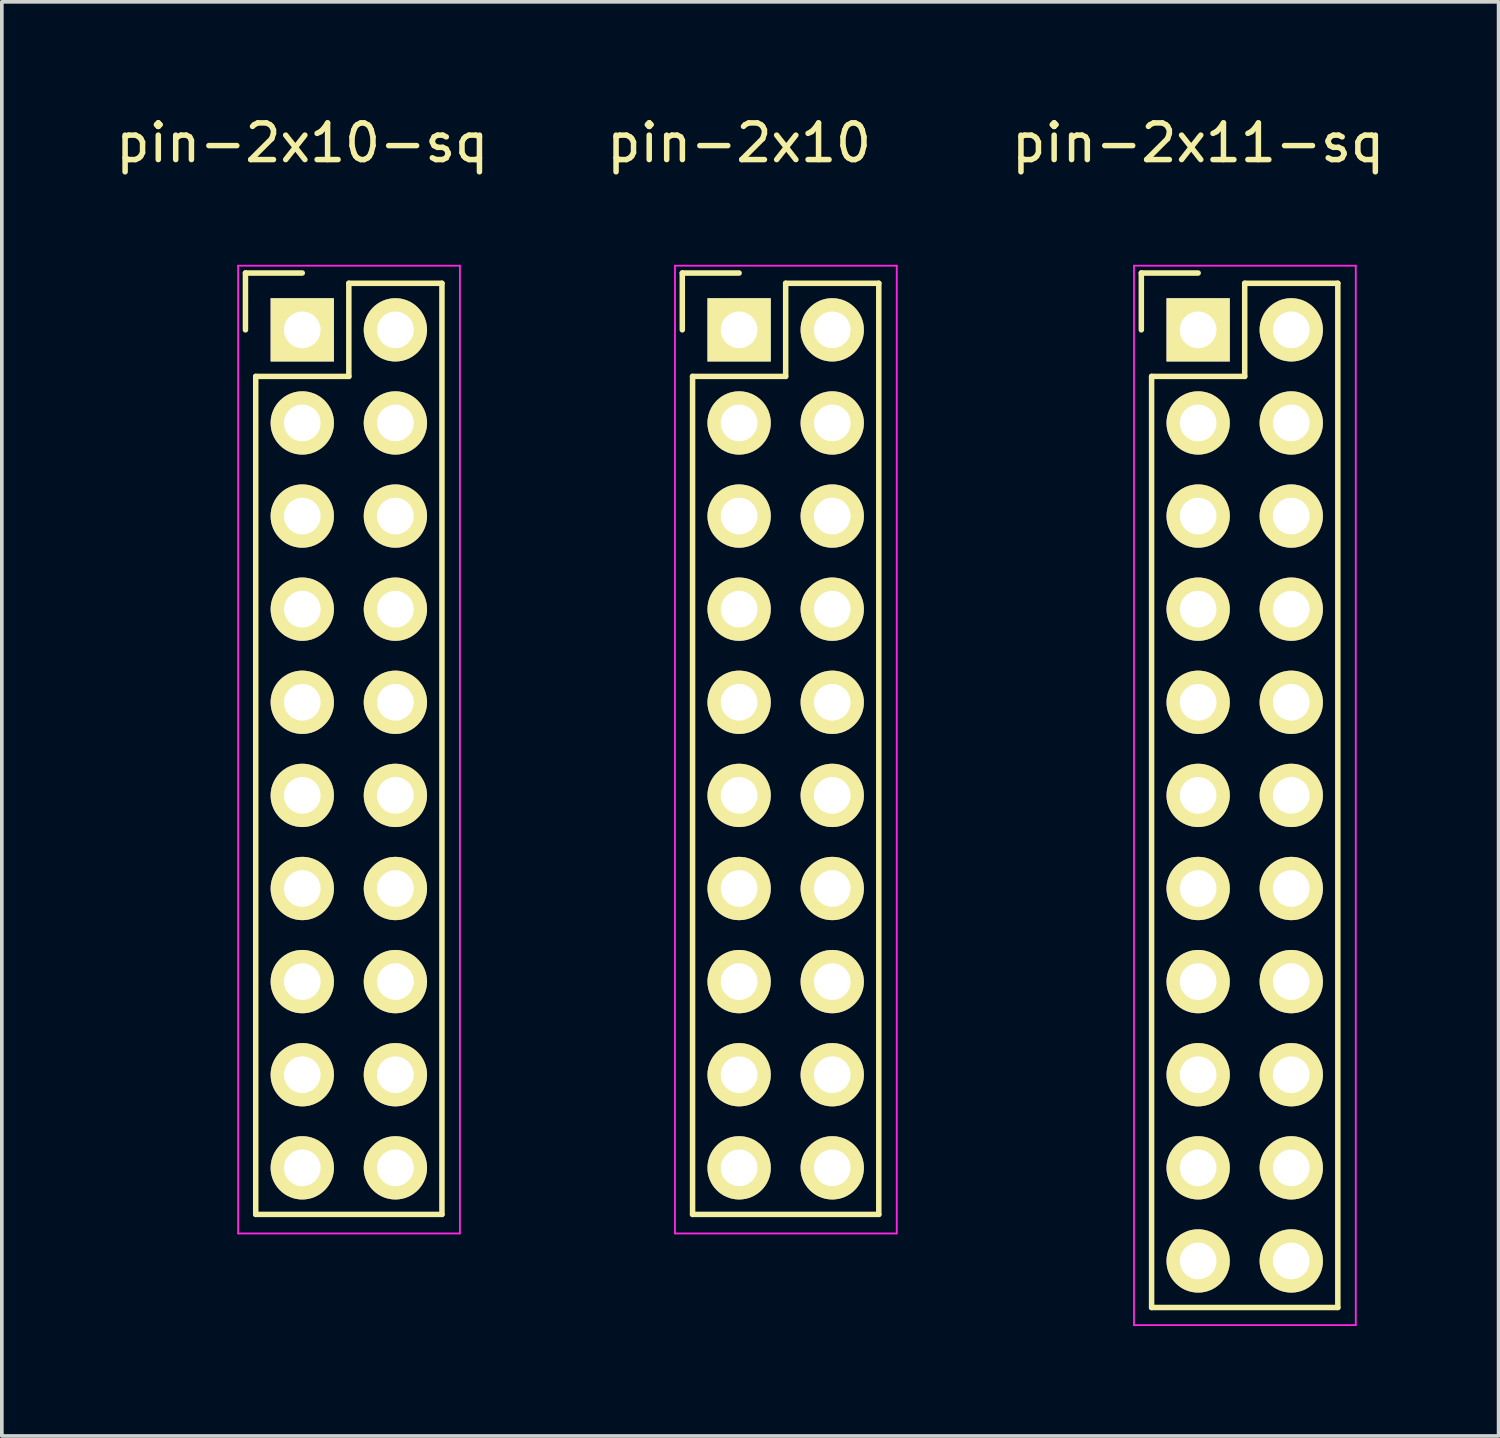
<source format=kicad_pcb>
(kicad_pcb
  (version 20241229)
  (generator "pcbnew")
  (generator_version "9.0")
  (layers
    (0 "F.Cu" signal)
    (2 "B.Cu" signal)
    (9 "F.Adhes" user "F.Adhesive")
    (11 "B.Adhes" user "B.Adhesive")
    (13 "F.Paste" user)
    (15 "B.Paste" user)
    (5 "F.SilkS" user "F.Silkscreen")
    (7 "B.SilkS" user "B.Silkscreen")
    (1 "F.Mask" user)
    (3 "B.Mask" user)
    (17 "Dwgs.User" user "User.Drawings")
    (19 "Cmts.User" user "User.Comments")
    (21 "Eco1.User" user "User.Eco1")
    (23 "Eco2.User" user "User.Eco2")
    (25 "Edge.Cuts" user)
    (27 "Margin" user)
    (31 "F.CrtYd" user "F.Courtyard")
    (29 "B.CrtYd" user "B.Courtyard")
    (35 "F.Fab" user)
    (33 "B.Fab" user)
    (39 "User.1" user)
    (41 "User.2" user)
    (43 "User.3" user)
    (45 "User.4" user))
  (footprint "pin-2x10"
    (layer "F.Cu")
    (at 17.113 5.948)
    (property "Reference" "pin-2x10" (at 0 -5.1 0) (layer "F.SilkS") (effects (font (size 1 1) (thickness 0.15))))
    (attr through_hole)
    (fp_line (start -1.55 -1.55) (end -1.55 0) (stroke (width 0.15) (type solid)) (layer "F.SilkS"))
    (fp_line (start -1.27 1.27) (end -1.27 24.13) (stroke (width 0.15) (type solid)) (layer "F.SilkS"))
    (fp_line (start 0 -1.55) (end -1.55 -1.55) (stroke (width 0.15) (type solid)) (layer "F.SilkS"))
    (fp_line (start 1.27 -1.27) (end 1.27 1.27) (stroke (width 0.15) (type solid)) (layer "F.SilkS"))
    (fp_line (start 1.27 1.27) (end -1.27 1.27) (stroke (width 0.15) (type solid)) (layer "F.SilkS"))
    (fp_line (start 3.81 -1.27) (end 1.27 -1.27) (stroke (width 0.15) (type solid)) (layer "F.SilkS"))
    (fp_line (start 3.81 24.13) (end -1.27 24.13) (stroke (width 0.15) (type solid)) (layer "F.SilkS"))
    (fp_line (start 3.81 24.13) (end 3.81 -1.27) (stroke (width 0.15) (type solid)) (layer "F.SilkS"))
    (fp_line (start -1.75 -1.75) (end -1.75 24.65) (stroke (width 0.05) (type solid)) (layer "F.CrtYd"))
    (fp_line (start -1.75 -1.75) (end 4.3 -1.75) (stroke (width 0.05) (type solid)) (layer "F.CrtYd"))
    (fp_line (start -1.75 24.65) (end 4.3 24.65) (stroke (width 0.05) (type solid)) (layer "F.CrtYd"))
    (fp_line (start 4.3 -1.75) (end 4.3 24.65) (stroke (width 0.05) (type solid)) (layer "F.CrtYd"))
    (pad "1" thru_hole rect (at 0 0) (size 1.727 1.727) (drill 1) (layers "*.Cu" "*.Mask" "F.SilkS"))
    (pad "2" thru_hole oval (at 2.54 0) (size 1.727 1.727) (drill 1) (layers "*.Cu" "*.Mask" "F.SilkS"))
    (pad "3" thru_hole oval (at 0 2.54) (size 1.727 1.727) (drill 1) (layers "*.Cu" "*.Mask" "F.SilkS"))
    (pad "4" thru_hole oval (at 2.54 2.54) (size 1.727 1.727) (drill 1) (layers "*.Cu" "*.Mask" "F.SilkS"))
    (pad "5" thru_hole oval (at 0 5.08) (size 1.727 1.727) (drill 1) (layers "*.Cu" "*.Mask" "F.SilkS"))
    (pad "6" thru_hole oval (at 2.54 5.08) (size 1.727 1.727) (drill 1) (layers "*.Cu" "*.Mask" "F.SilkS"))
    (pad "7" thru_hole oval (at 0 7.62) (size 1.727 1.727) (drill 1) (layers "*.Cu" "*.Mask" "F.SilkS"))
    (pad "8" thru_hole oval (at 2.54 7.62) (size 1.727 1.727) (drill 1) (layers "*.Cu" "*.Mask" "F.SilkS"))
    (pad "9" thru_hole oval (at 0 10.16) (size 1.727 1.727) (drill 1) (layers "*.Cu" "*.Mask" "F.SilkS"))
    (pad "10" thru_hole oval (at 2.54 10.16) (size 1.727 1.727) (drill 1) (layers "*.Cu" "*.Mask" "F.SilkS"))
    (pad "11" thru_hole oval (at 0 12.7) (size 1.727 1.727) (drill 1) (layers "*.Cu" "*.Mask" "F.SilkS"))
    (pad "12" thru_hole oval (at 2.54 12.7) (size 1.727 1.727) (drill 1) (layers "*.Cu" "*.Mask" "F.SilkS"))
    (pad "13" thru_hole oval (at 0 15.24) (size 1.727 1.727) (drill 1) (layers "*.Cu" "*.Mask" "F.SilkS"))
    (pad "14" thru_hole oval (at 2.54 15.24) (size 1.727 1.727) (drill 1) (layers "*.Cu" "*.Mask" "F.SilkS"))
    (pad "15" thru_hole oval (at 0 17.78) (size 1.727 1.727) (drill 1) (layers "*.Cu" "*.Mask" "F.SilkS"))
    (pad "16" thru_hole oval (at 2.54 17.78) (size 1.727 1.727) (drill 1) (layers "*.Cu" "*.Mask" "F.SilkS"))
    (pad "17" thru_hole oval (at 0 20.32) (size 1.727 1.727) (drill 1) (layers "*.Cu" "*.Mask" "F.SilkS"))
    (pad "18" thru_hole oval (at 2.54 20.32) (size 1.727 1.727) (drill 1) (layers "*.Cu" "*.Mask" "F.SilkS"))
    (pad "19" thru_hole oval (at 0 22.86) (size 1.727 1.727) (drill 1) (layers "*.Cu" "*.Mask" "F.SilkS"))
    (pad "20" thru_hole oval (at 2.54 22.86) (size 1.727 1.727) (drill 1) (layers "*.Cu" "*.Mask" "F.SilkS")))
  (footprint "pin-2x10-sq"
    (layer "F.Cu")
    (at 5.196 5.948)
    (property "Reference" "pin-2x10-sq" (at 0 -5.1 0) (layer "F.SilkS") (effects (font (size 1 1) (thickness 0.15))))
    (attr through_hole)
    (fp_line (start -1.55 -1.55) (end -1.55 0) (stroke (width 0.15) (type solid)) (layer "F.SilkS"))
    (fp_line (start -1.27 1.27) (end -1.27 24.13) (stroke (width 0.15) (type solid)) (layer "F.SilkS"))
    (fp_line (start 0 -1.55) (end -1.55 -1.55) (stroke (width 0.15) (type solid)) (layer "F.SilkS"))
    (fp_line (start 1.27 -1.27) (end 1.27 1.27) (stroke (width 0.15) (type solid)) (layer "F.SilkS"))
    (fp_line (start 1.27 1.27) (end -1.27 1.27) (stroke (width 0.15) (type solid)) (layer "F.SilkS"))
    (fp_line (start 3.81 -1.27) (end 1.27 -1.27) (stroke (width 0.15) (type solid)) (layer "F.SilkS"))
    (fp_line (start 3.81 24.13) (end -1.27 24.13) (stroke (width 0.15) (type solid)) (layer "F.SilkS"))
    (fp_line (start 3.81 24.13) (end 3.81 -1.27) (stroke (width 0.15) (type solid)) (layer "F.SilkS"))
    (fp_line (start -1.75 -1.75) (end -1.75 24.65) (stroke (width 0.05) (type solid)) (layer "F.CrtYd"))
    (fp_line (start -1.75 -1.75) (end 4.3 -1.75) (stroke (width 0.05) (type solid)) (layer "F.CrtYd"))
    (fp_line (start -1.75 24.65) (end 4.3 24.65) (stroke (width 0.05) (type solid)) (layer "F.CrtYd"))
    (fp_line (start 4.3 -1.75) (end 4.3 24.65) (stroke (width 0.05) (type solid)) (layer "F.CrtYd"))
    (pad "1" thru_hole rect (at 0 0) (size 1.727 1.727) (drill 1) (layers "*.Cu" "*.Mask" "F.SilkS"))
    (pad "2" thru_hole oval (at 2.54 0) (size 1.727 1.727) (drill 1) (layers "*.Cu" "*.Mask" "F.SilkS"))
    (pad "3" thru_hole oval (at 0 2.54) (size 1.727 1.727) (drill 1) (layers "*.Cu" "*.Mask" "F.SilkS"))
    (pad "4" thru_hole oval (at 2.54 2.54) (size 1.727 1.727) (drill 1) (layers "*.Cu" "*.Mask" "F.SilkS"))
    (pad "5" thru_hole oval (at 0 5.08) (size 1.727 1.727) (drill 1) (layers "*.Cu" "*.Mask" "F.SilkS"))
    (pad "6" thru_hole oval (at 2.54 5.08) (size 1.727 1.727) (drill 1) (layers "*.Cu" "*.Mask" "F.SilkS"))
    (pad "7" thru_hole oval (at 0 7.62) (size 1.727 1.727) (drill 1) (layers "*.Cu" "*.Mask" "F.SilkS"))
    (pad "8" thru_hole oval (at 2.54 7.62) (size 1.727 1.727) (drill 1) (layers "*.Cu" "*.Mask" "F.SilkS"))
    (pad "9" thru_hole oval (at 0 10.16) (size 1.727 1.727) (drill 1) (layers "*.Cu" "*.Mask" "F.SilkS"))
    (pad "10" thru_hole oval (at 2.54 10.16) (size 1.727 1.727) (drill 1) (layers "*.Cu" "*.Mask" "F.SilkS"))
    (pad "11" thru_hole oval (at 0 12.7) (size 1.727 1.727) (drill 1) (layers "*.Cu" "*.Mask" "F.SilkS"))
    (pad "12" thru_hole oval (at 2.54 12.7) (size 1.727 1.727) (drill 1) (layers "*.Cu" "*.Mask" "F.SilkS"))
    (pad "13" thru_hole oval (at 0 15.24) (size 1.727 1.727) (drill 1) (layers "*.Cu" "*.Mask" "F.SilkS"))
    (pad "14" thru_hole oval (at 2.54 15.24) (size 1.727 1.727) (drill 1) (layers "*.Cu" "*.Mask" "F.SilkS"))
    (pad "15" thru_hole oval (at 0 17.78) (size 1.727 1.727) (drill 1) (layers "*.Cu" "*.Mask" "F.SilkS"))
    (pad "16" thru_hole oval (at 2.54 17.78) (size 1.727 1.727) (drill 1) (layers "*.Cu" "*.Mask" "F.SilkS"))
    (pad "17" thru_hole oval (at 0 20.32) (size 1.727 1.727) (drill 1) (layers "*.Cu" "*.Mask" "F.SilkS"))
    (pad "18" thru_hole oval (at 2.54 20.32) (size 1.727 1.727) (drill 1) (layers "*.Cu" "*.Mask" "F.SilkS"))
    (pad "19" thru_hole oval (at 0 22.86) (size 1.727 1.727) (drill 1) (layers "*.Cu" "*.Mask" "F.SilkS"))
    (pad "20" thru_hole oval (at 2.54 22.86) (size 1.727 1.727) (drill 1) (layers "*.Cu" "*.Mask" "F.SilkS")))
  (footprint "pin-2x11-sq"
    (layer "F.Cu")
    (at 29.635 5.948)
    (property "Reference" "pin-2x11-sq" (at 0 -5.1 0) (layer "F.SilkS") (effects (font (size 1 1) (thickness 0.15))))
    (attr through_hole)
    (fp_line (start -1.55 -1.55) (end -1.55 0) (stroke (width 0.15) (type solid)) (layer "F.SilkS"))
    (fp_line (start -1.27 1.27) (end -1.27 26.67) (stroke (width 0.15) (type solid)) (layer "F.SilkS"))
    (fp_line (start 0 -1.55) (end -1.55 -1.55) (stroke (width 0.15) (type solid)) (layer "F.SilkS"))
    (fp_line (start 1.27 -1.27) (end 1.27 1.27) (stroke (width 0.15) (type solid)) (layer "F.SilkS"))
    (fp_line (start 1.27 1.27) (end -1.27 1.27) (stroke (width 0.15) (type solid)) (layer "F.SilkS"))
    (fp_line (start 3.81 -1.27) (end 1.27 -1.27) (stroke (width 0.15) (type solid)) (layer "F.SilkS"))
    (fp_line (start 3.81 26.67) (end -1.27 26.67) (stroke (width 0.15) (type solid)) (layer "F.SilkS"))
    (fp_line (start 3.81 26.67) (end 3.81 -1.27) (stroke (width 0.15) (type solid)) (layer "F.SilkS"))
    (fp_line (start -1.75 -1.75) (end -1.75 27.15) (stroke (width 0.05) (type solid)) (layer "F.CrtYd"))
    (fp_line (start -1.75 -1.75) (end 4.3 -1.75) (stroke (width 0.05) (type solid)) (layer "F.CrtYd"))
    (fp_line (start -1.75 27.15) (end 4.3 27.15) (stroke (width 0.05) (type solid)) (layer "F.CrtYd"))
    (fp_line (start 4.3 -1.75) (end 4.3 27.15) (stroke (width 0.05) (type solid)) (layer "F.CrtYd"))
    (pad "1" thru_hole rect (at 0 0) (size 1.727 1.727) (drill 1) (layers "*.Cu" "*.Mask" "F.SilkS"))
    (pad "2" thru_hole oval (at 2.54 0) (size 1.727 1.727) (drill 1) (layers "*.Cu" "*.Mask" "F.SilkS"))
    (pad "3" thru_hole oval (at 0 2.54) (size 1.727 1.727) (drill 1) (layers "*.Cu" "*.Mask" "F.SilkS"))
    (pad "4" thru_hole oval (at 2.54 2.54) (size 1.727 1.727) (drill 1) (layers "*.Cu" "*.Mask" "F.SilkS"))
    (pad "5" thru_hole oval (at 0 5.08) (size 1.727 1.727) (drill 1) (layers "*.Cu" "*.Mask" "F.SilkS"))
    (pad "6" thru_hole oval (at 2.54 5.08) (size 1.727 1.727) (drill 1) (layers "*.Cu" "*.Mask" "F.SilkS"))
    (pad "7" thru_hole oval (at 0 7.62) (size 1.727 1.727) (drill 1) (layers "*.Cu" "*.Mask" "F.SilkS"))
    (pad "8" thru_hole oval (at 2.54 7.62) (size 1.727 1.727) (drill 1) (layers "*.Cu" "*.Mask" "F.SilkS"))
    (pad "9" thru_hole oval (at 0 10.16) (size 1.727 1.727) (drill 1) (layers "*.Cu" "*.Mask" "F.SilkS"))
    (pad "10" thru_hole oval (at 2.54 10.16) (size 1.727 1.727) (drill 1) (layers "*.Cu" "*.Mask" "F.SilkS"))
    (pad "11" thru_hole oval (at 0 12.7) (size 1.727 1.727) (drill 1) (layers "*.Cu" "*.Mask" "F.SilkS"))
    (pad "12" thru_hole oval (at 2.54 12.7) (size 1.727 1.727) (drill 1) (layers "*.Cu" "*.Mask" "F.SilkS"))
    (pad "13" thru_hole oval (at 0 15.24) (size 1.727 1.727) (drill 1) (layers "*.Cu" "*.Mask" "F.SilkS"))
    (pad "14" thru_hole oval (at 2.54 15.24) (size 1.727 1.727) (drill 1) (layers "*.Cu" "*.Mask" "F.SilkS"))
    (pad "15" thru_hole oval (at 0 17.78) (size 1.727 1.727) (drill 1) (layers "*.Cu" "*.Mask" "F.SilkS"))
    (pad "16" thru_hole oval (at 2.54 17.78) (size 1.727 1.727) (drill 1) (layers "*.Cu" "*.Mask" "F.SilkS"))
    (pad "17" thru_hole oval (at 0 20.32) (size 1.727 1.727) (drill 1) (layers "*.Cu" "*.Mask" "F.SilkS"))
    (pad "18" thru_hole oval (at 2.54 20.32) (size 1.727 1.727) (drill 1) (layers "*.Cu" "*.Mask" "F.SilkS"))
    (pad "19" thru_hole oval (at 0 22.86) (size 1.727 1.727) (drill 1) (layers "*.Cu" "*.Mask" "F.SilkS"))
    (pad "20" thru_hole oval (at 2.54 22.86) (size 1.727 1.727) (drill 1) (layers "*.Cu" "*.Mask" "F.SilkS"))
    (pad "21" thru_hole oval (at 0 25.4) (size 1.727 1.727) (drill 1) (layers "*.Cu" "*.Mask" "F.SilkS"))
    (pad "22" thru_hole oval (at 2.54 25.4) (size 1.727 1.727) (drill 1) (layers "*.Cu" "*.Mask" "F.SilkS")))
  (gr_rect
    (start -3 -3)
    (end 37.831 36.123)
    (stroke (width 0.1) (type default))
    (fill no)
    (layer "Edge.Cuts")))
</source>
